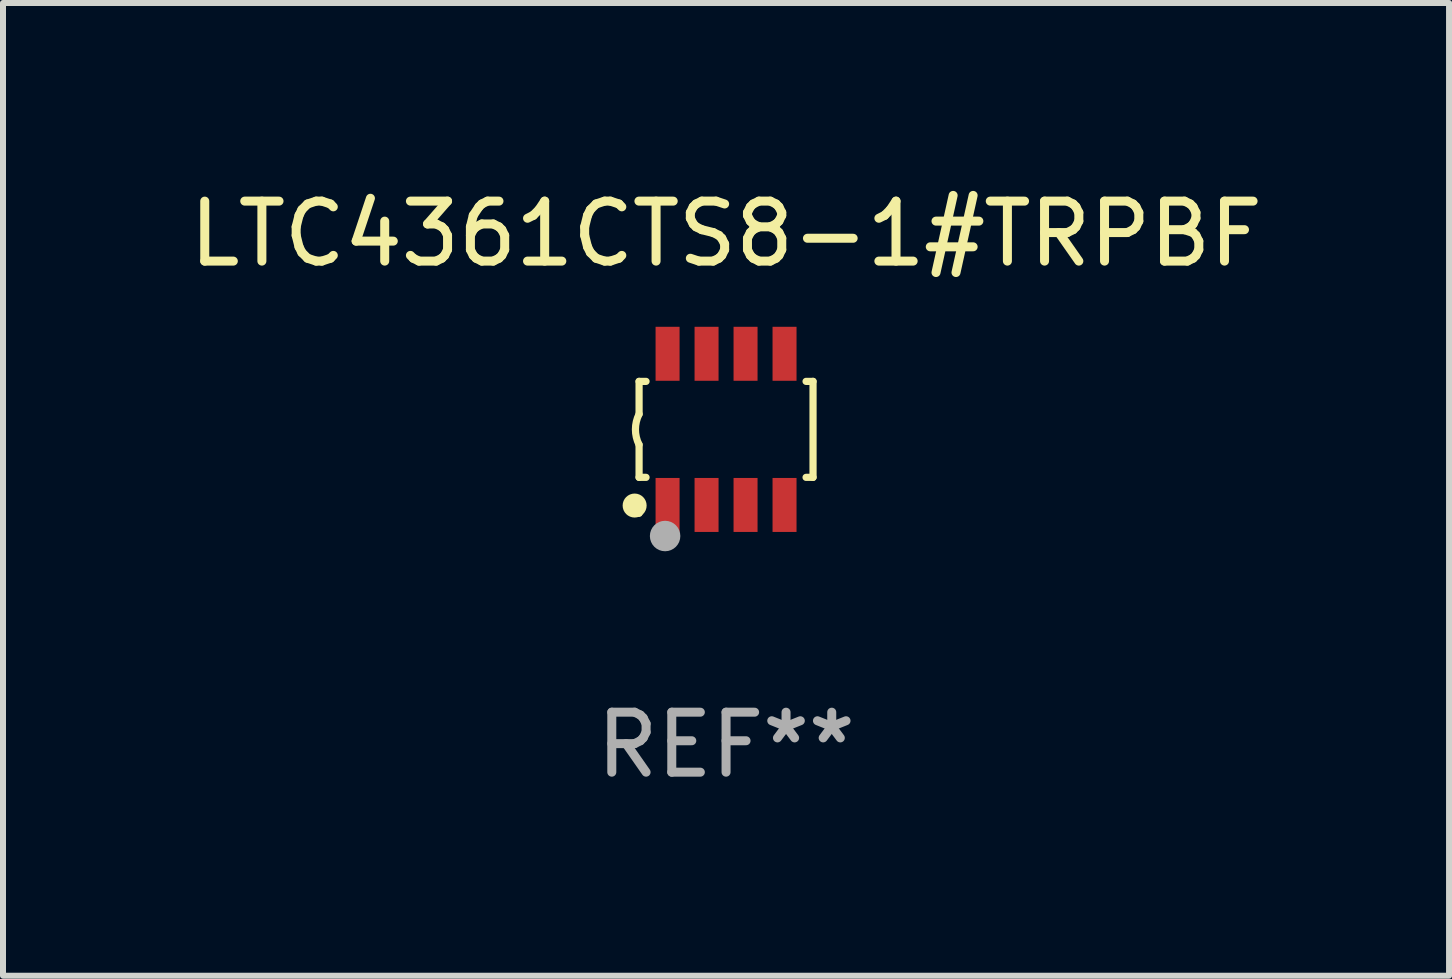
<source format=kicad_pcb>
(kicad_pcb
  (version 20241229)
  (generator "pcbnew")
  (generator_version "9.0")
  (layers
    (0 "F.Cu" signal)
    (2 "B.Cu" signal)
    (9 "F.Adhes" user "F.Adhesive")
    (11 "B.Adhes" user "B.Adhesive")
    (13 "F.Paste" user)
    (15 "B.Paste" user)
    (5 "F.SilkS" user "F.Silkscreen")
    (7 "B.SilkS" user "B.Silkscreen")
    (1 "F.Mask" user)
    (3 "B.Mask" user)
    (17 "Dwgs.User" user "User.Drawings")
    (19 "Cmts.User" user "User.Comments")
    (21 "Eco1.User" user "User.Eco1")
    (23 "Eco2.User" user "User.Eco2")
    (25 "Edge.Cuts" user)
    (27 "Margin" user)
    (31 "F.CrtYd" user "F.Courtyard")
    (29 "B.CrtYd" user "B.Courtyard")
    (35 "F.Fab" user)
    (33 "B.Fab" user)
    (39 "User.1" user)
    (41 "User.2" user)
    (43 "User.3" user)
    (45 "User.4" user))
  (footprint "LTC4361CTS8-1#TRPBF"
    (layer "F.Cu")
    (at 9.054 4.108)
    (property "Reference" "LTC4361CTS8-1#TRPBF" (at 0 -3.26 0) (layer "F.SilkS") (effects (font (size 1 1) (thickness 0.15))))
    (attr through_hole)
    (fp_line (start -1.45 -0.8) (end -1.45 -0.254) (stroke (width 0.12) (type solid)) (layer "F.SilkS"))
    (fp_line (start -1.45 -0.8) (end -1.334 -0.8) (stroke (width 0.12) (type solid)) (layer "F.SilkS"))
    (fp_line (start -1.45 0.8) (end -1.45 0.254) (stroke (width 0.12) (type solid)) (layer "F.SilkS"))
    (fp_line (start -1.45 0.8) (end -1.334 0.8) (stroke (width 0.12) (type solid)) (layer "F.SilkS"))
    (fp_line (start 1.334 -0.8) (end 1.45 -0.8) (stroke (width 0.12) (type solid)) (layer "F.SilkS"))
    (fp_line (start 1.334 0.8) (end 1.45 0.8) (stroke (width 0.12) (type solid)) (layer "F.SilkS"))
    (fp_line (start 1.45 0.8) (end 1.45 -0.8) (stroke (width 0.12) (type solid)) (layer "F.SilkS"))
    (fp_arc (start -1.45075 0.255144) (mid -1.510605 0.000434) (end -1.450013 -0.254102) (stroke (width 0.11999) (type solid)) (layer "F.SilkS"))
    (fp_circle (center -1.524 1.27) (end -1.424 1.27) (stroke (width 0.2) (type solid)) (fill no) (layer "F.SilkS"))
    (fp_circle (center -1.45 1.4) (end -1.42 1.4) (stroke (width 0.06) (type solid)) (fill no) (layer "F.SilkS"))
    (fp_circle (center -1.016 1.778) (end -0.889 1.778) (stroke (width 0.254) (type solid)) (fill no) (layer "F.Fab"))
    (fp_text user "REF**" (at 0 5.26 0) (layer "F.Fab") (effects (font (size 1 1) (thickness 0.15))))
    (pad "1" smd rect (at -0.975 1.26) (size 0.4 0.9) (layers "F.Cu" "F.Mask" "F.Paste"))
    (pad "2" smd rect (at -0.325 1.26) (size 0.4 0.9) (layers "F.Cu" "F.Mask" "F.Paste"))
    (pad "3" smd rect (at 0.325 1.26) (size 0.4 0.9) (layers "F.Cu" "F.Mask" "F.Paste"))
    (pad "4" smd rect (at 0.975 1.26) (size 0.4 0.9) (layers "F.Cu" "F.Mask" "F.Paste"))
    (pad "5" smd rect (at 0.975 -1.26) (size 0.4 0.9) (layers "F.Cu" "F.Mask" "F.Paste"))
    (pad "6" smd rect (at 0.325 -1.26) (size 0.4 0.9) (layers "F.Cu" "F.Mask" "F.Paste"))
    (pad "7" smd rect (at -0.325 -1.26) (size 0.4 0.9) (layers "F.Cu" "F.Mask" "F.Paste"))
    (pad "8" smd rect (at -0.975 -1.26) (size 0.4 0.9) (layers "F.Cu" "F.Mask" "F.Paste")))
  (gr_rect
    (start -3 -3)
    (end 21.107 13.216)
    (stroke (width 0.1) (type default))
    (fill no)
    (layer "Edge.Cuts")))
</source>
